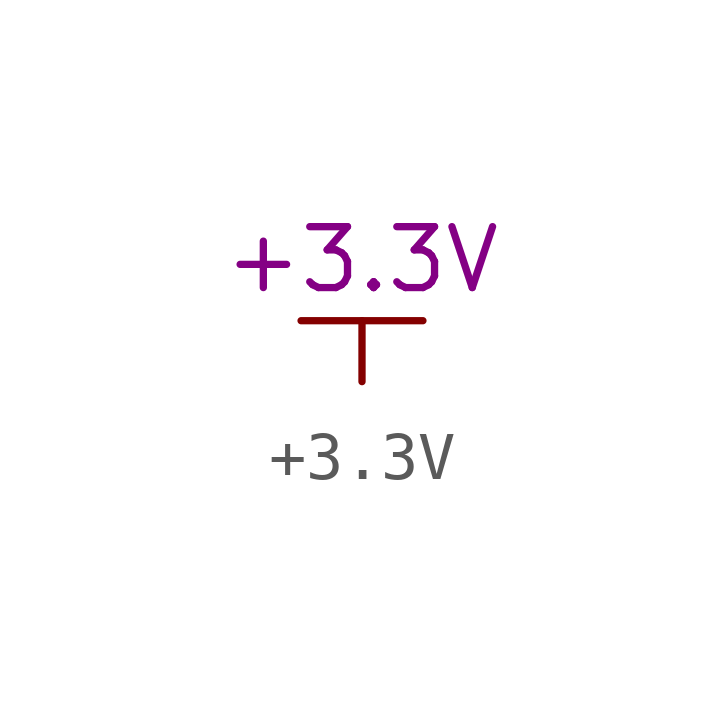
<source format=kicad_sym>
(kicad_symbol_lib
  (version 20211014)
  (generator kicad_symbol_editor)
  (symbol "+3.3V"
    (power)
    (pin_numbers hide)
    (pin_names
      (offset 0) hide)
    (property "Reference" "#PWR"
      (at 5.08 1.27 0)
      (effects (font (size 1.27 1.27)) hide))
    (property "PartValue" "+3.3V"
      (at 0 2.54 0)
      (effects (font (size 1.27 1.27))))
    (symbol "+3.3V_0_1"
      (polyline (pts (xy -1.27 1.27) (xy 1.27 1.27)) (stroke (width 0.152) (type default) (color 0 0 0 0)) (fill (type none))))
    (symbol "+3.3V_1_1"
      (pin power_in line (at 0 0 90) (length 1.27) (name "+3.3V" (effects (font (size 1.27 1.27)))) (number "1" (effects (font (size 1.27 1.27))))))))
</source>
